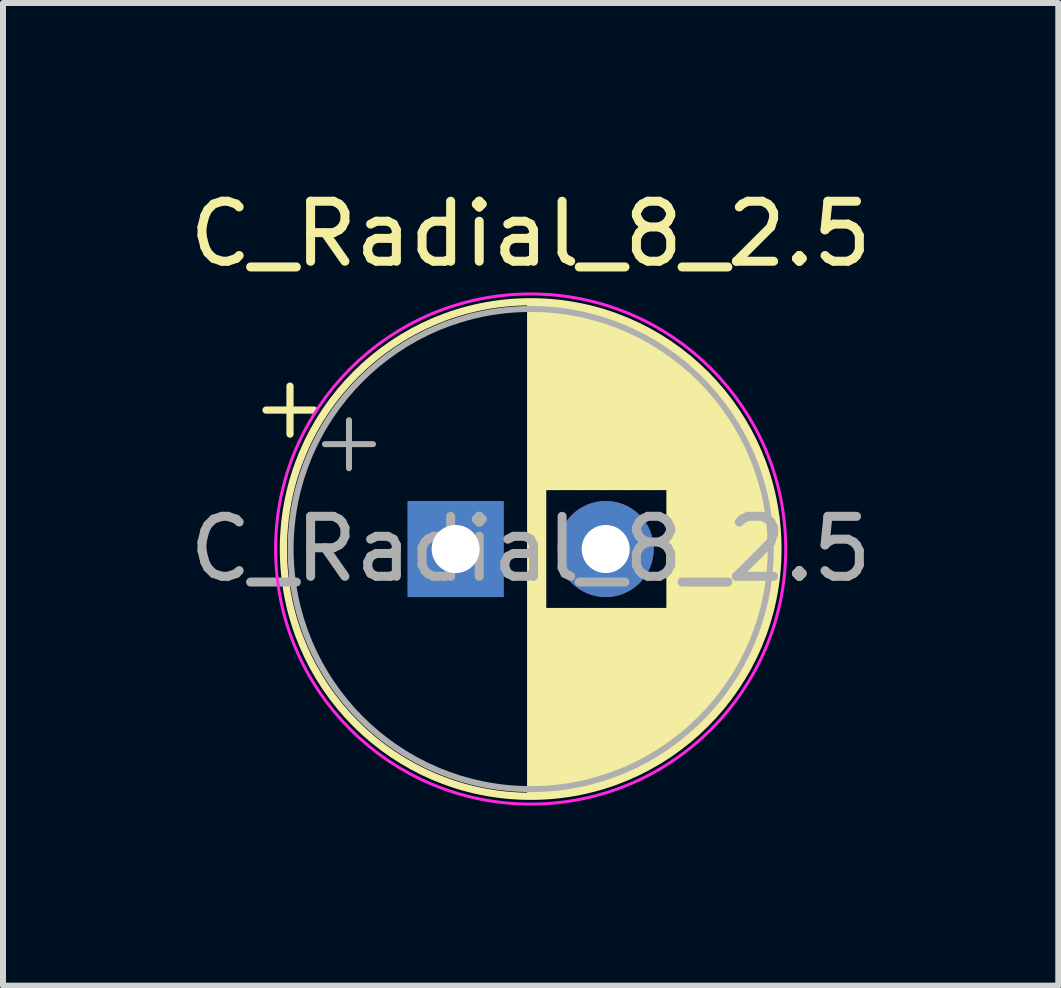
<source format=kicad_pcb>
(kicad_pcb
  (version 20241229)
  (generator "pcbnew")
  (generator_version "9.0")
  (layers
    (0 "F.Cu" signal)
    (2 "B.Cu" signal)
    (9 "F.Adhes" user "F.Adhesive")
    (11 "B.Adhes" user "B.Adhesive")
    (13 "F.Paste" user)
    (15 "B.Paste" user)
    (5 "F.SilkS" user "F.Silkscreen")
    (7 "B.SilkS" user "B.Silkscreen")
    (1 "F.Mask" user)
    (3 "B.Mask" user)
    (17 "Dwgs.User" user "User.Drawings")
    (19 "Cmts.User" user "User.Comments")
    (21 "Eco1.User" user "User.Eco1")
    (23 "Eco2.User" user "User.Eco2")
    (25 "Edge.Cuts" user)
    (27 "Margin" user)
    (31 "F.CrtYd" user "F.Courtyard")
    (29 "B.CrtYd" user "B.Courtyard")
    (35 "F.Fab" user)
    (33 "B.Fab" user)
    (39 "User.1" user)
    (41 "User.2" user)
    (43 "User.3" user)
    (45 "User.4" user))
  (footprint "C_Radial_8_2.5"
    (layer "F.Cu")
    (at 4.542 6.098)
    (property "Reference" "C_Radial_8_2.5" (at 1.25 -5.25 0) (layer "F.SilkS") (effects (font (size 1 1) (thickness 0.15))))
    (attr through_hole)
    (fp_line (start -3.16 -2.315) (end -2.36 -2.315) (stroke (width 0.12) (type solid)) (layer "F.SilkS"))
    (fp_line (start -2.76 -2.715) (end -2.76 -1.915) (stroke (width 0.12) (type solid)) (layer "F.SilkS"))
    (fp_line (start 1.25 -4.08) (end 1.25 4.08) (stroke (width 0.12) (type solid)) (layer "F.SilkS"))
    (fp_line (start 1.29 -4.08) (end 1.29 4.08) (stroke (width 0.12) (type solid)) (layer "F.SilkS"))
    (fp_line (start 1.33 -4.08) (end 1.33 4.08) (stroke (width 0.12) (type solid)) (layer "F.SilkS"))
    (fp_line (start 1.37 -4.079) (end 1.37 4.079) (stroke (width 0.12) (type solid)) (layer "F.SilkS"))
    (fp_line (start 1.41 -4.077) (end 1.41 4.077) (stroke (width 0.12) (type solid)) (layer "F.SilkS"))
    (fp_line (start 1.45 -4.076) (end 1.45 4.076) (stroke (width 0.12) (type solid)) (layer "F.SilkS"))
    (fp_line (start 1.49 -4.074) (end 1.49 -1.04) (stroke (width 0.12) (type solid)) (layer "F.SilkS"))
    (fp_line (start 1.49 1.04) (end 1.49 4.074) (stroke (width 0.12) (type solid)) (layer "F.SilkS"))
    (fp_line (start 1.53 -4.071) (end 1.53 -1.04) (stroke (width 0.12) (type solid)) (layer "F.SilkS"))
    (fp_line (start 1.53 1.04) (end 1.53 4.071) (stroke (width 0.12) (type solid)) (layer "F.SilkS"))
    (fp_line (start 1.57 -4.068) (end 1.57 -1.04) (stroke (width 0.12) (type solid)) (layer "F.SilkS"))
    (fp_line (start 1.57 1.04) (end 1.57 4.068) (stroke (width 0.12) (type solid)) (layer "F.SilkS"))
    (fp_line (start 1.61 -4.065) (end 1.61 -1.04) (stroke (width 0.12) (type solid)) (layer "F.SilkS"))
    (fp_line (start 1.61 1.04) (end 1.61 4.065) (stroke (width 0.12) (type solid)) (layer "F.SilkS"))
    (fp_line (start 1.65 -4.061) (end 1.65 -1.04) (stroke (width 0.12) (type solid)) (layer "F.SilkS"))
    (fp_line (start 1.65 1.04) (end 1.65 4.061) (stroke (width 0.12) (type solid)) (layer "F.SilkS"))
    (fp_line (start 1.69 -4.057) (end 1.69 -1.04) (stroke (width 0.12) (type solid)) (layer "F.SilkS"))
    (fp_line (start 1.69 1.04) (end 1.69 4.057) (stroke (width 0.12) (type solid)) (layer "F.SilkS"))
    (fp_line (start 1.73 -4.052) (end 1.73 -1.04) (stroke (width 0.12) (type solid)) (layer "F.SilkS"))
    (fp_line (start 1.73 1.04) (end 1.73 4.052) (stroke (width 0.12) (type solid)) (layer "F.SilkS"))
    (fp_line (start 1.77 -4.048) (end 1.77 -1.04) (stroke (width 0.12) (type solid)) (layer "F.SilkS"))
    (fp_line (start 1.77 1.04) (end 1.77 4.048) (stroke (width 0.12) (type solid)) (layer "F.SilkS"))
    (fp_line (start 1.81 -4.042) (end 1.81 -1.04) (stroke (width 0.12) (type solid)) (layer "F.SilkS"))
    (fp_line (start 1.81 1.04) (end 1.81 4.042) (stroke (width 0.12) (type solid)) (layer "F.SilkS"))
    (fp_line (start 1.85 -4.037) (end 1.85 -1.04) (stroke (width 0.12) (type solid)) (layer "F.SilkS"))
    (fp_line (start 1.85 1.04) (end 1.85 4.037) (stroke (width 0.12) (type solid)) (layer "F.SilkS"))
    (fp_line (start 1.89 -4.03) (end 1.89 -1.04) (stroke (width 0.12) (type solid)) (layer "F.SilkS"))
    (fp_line (start 1.89 1.04) (end 1.89 4.03) (stroke (width 0.12) (type solid)) (layer "F.SilkS"))
    (fp_line (start 1.93 -4.024) (end 1.93 -1.04) (stroke (width 0.12) (type solid)) (layer "F.SilkS"))
    (fp_line (start 1.93 1.04) (end 1.93 4.024) (stroke (width 0.12) (type solid)) (layer "F.SilkS"))
    (fp_line (start 1.971 -4.017) (end 1.971 -1.04) (stroke (width 0.12) (type solid)) (layer "F.SilkS"))
    (fp_line (start 1.971 1.04) (end 1.971 4.017) (stroke (width 0.12) (type solid)) (layer "F.SilkS"))
    (fp_line (start 2.011 -4.01) (end 2.011 -1.04) (stroke (width 0.12) (type solid)) (layer "F.SilkS"))
    (fp_line (start 2.011 1.04) (end 2.011 4.01) (stroke (width 0.12) (type solid)) (layer "F.SilkS"))
    (fp_line (start 2.051 -4.002) (end 2.051 -1.04) (stroke (width 0.12) (type solid)) (layer "F.SilkS"))
    (fp_line (start 2.051 1.04) (end 2.051 4.002) (stroke (width 0.12) (type solid)) (layer "F.SilkS"))
    (fp_line (start 2.091 -3.994) (end 2.091 -1.04) (stroke (width 0.12) (type solid)) (layer "F.SilkS"))
    (fp_line (start 2.091 1.04) (end 2.091 3.994) (stroke (width 0.12) (type solid)) (layer "F.SilkS"))
    (fp_line (start 2.131 -3.985) (end 2.131 -1.04) (stroke (width 0.12) (type solid)) (layer "F.SilkS"))
    (fp_line (start 2.131 1.04) (end 2.131 3.985) (stroke (width 0.12) (type solid)) (layer "F.SilkS"))
    (fp_line (start 2.171 -3.976) (end 2.171 -1.04) (stroke (width 0.12) (type solid)) (layer "F.SilkS"))
    (fp_line (start 2.171 1.04) (end 2.171 3.976) (stroke (width 0.12) (type solid)) (layer "F.SilkS"))
    (fp_line (start 2.211 -3.967) (end 2.211 -1.04) (stroke (width 0.12) (type solid)) (layer "F.SilkS"))
    (fp_line (start 2.211 1.04) (end 2.211 3.967) (stroke (width 0.12) (type solid)) (layer "F.SilkS"))
    (fp_line (start 2.251 -3.957) (end 2.251 -1.04) (stroke (width 0.12) (type solid)) (layer "F.SilkS"))
    (fp_line (start 2.251 1.04) (end 2.251 3.957) (stroke (width 0.12) (type solid)) (layer "F.SilkS"))
    (fp_line (start 2.291 -3.947) (end 2.291 -1.04) (stroke (width 0.12) (type solid)) (layer "F.SilkS"))
    (fp_line (start 2.291 1.04) (end 2.291 3.947) (stroke (width 0.12) (type solid)) (layer "F.SilkS"))
    (fp_line (start 2.331 -3.936) (end 2.331 -1.04) (stroke (width 0.12) (type solid)) (layer "F.SilkS"))
    (fp_line (start 2.331 1.04) (end 2.331 3.936) (stroke (width 0.12) (type solid)) (layer "F.SilkS"))
    (fp_line (start 2.371 -3.925) (end 2.371 -1.04) (stroke (width 0.12) (type solid)) (layer "F.SilkS"))
    (fp_line (start 2.371 1.04) (end 2.371 3.925) (stroke (width 0.12) (type solid)) (layer "F.SilkS"))
    (fp_line (start 2.411 -3.914) (end 2.411 -1.04) (stroke (width 0.12) (type solid)) (layer "F.SilkS"))
    (fp_line (start 2.411 1.04) (end 2.411 3.914) (stroke (width 0.12) (type solid)) (layer "F.SilkS"))
    (fp_line (start 2.451 -3.902) (end 2.451 -1.04) (stroke (width 0.12) (type solid)) (layer "F.SilkS"))
    (fp_line (start 2.451 1.04) (end 2.451 3.902) (stroke (width 0.12) (type solid)) (layer "F.SilkS"))
    (fp_line (start 2.491 -3.889) (end 2.491 -1.04) (stroke (width 0.12) (type solid)) (layer "F.SilkS"))
    (fp_line (start 2.491 1.04) (end 2.491 3.889) (stroke (width 0.12) (type solid)) (layer "F.SilkS"))
    (fp_line (start 2.531 -3.877) (end 2.531 -1.04) (stroke (width 0.12) (type solid)) (layer "F.SilkS"))
    (fp_line (start 2.531 1.04) (end 2.531 3.877) (stroke (width 0.12) (type solid)) (layer "F.SilkS"))
    (fp_line (start 2.571 -3.863) (end 2.571 -1.04) (stroke (width 0.12) (type solid)) (layer "F.SilkS"))
    (fp_line (start 2.571 1.04) (end 2.571 3.863) (stroke (width 0.12) (type solid)) (layer "F.SilkS"))
    (fp_line (start 2.611 -3.85) (end 2.611 -1.04) (stroke (width 0.12) (type solid)) (layer "F.SilkS"))
    (fp_line (start 2.611 1.04) (end 2.611 3.85) (stroke (width 0.12) (type solid)) (layer "F.SilkS"))
    (fp_line (start 2.651 -3.835) (end 2.651 -1.04) (stroke (width 0.12) (type solid)) (layer "F.SilkS"))
    (fp_line (start 2.651 1.04) (end 2.651 3.835) (stroke (width 0.12) (type solid)) (layer "F.SilkS"))
    (fp_line (start 2.691 -3.821) (end 2.691 -1.04) (stroke (width 0.12) (type solid)) (layer "F.SilkS"))
    (fp_line (start 2.691 1.04) (end 2.691 3.821) (stroke (width 0.12) (type solid)) (layer "F.SilkS"))
    (fp_line (start 2.731 -3.805) (end 2.731 -1.04) (stroke (width 0.12) (type solid)) (layer "F.SilkS"))
    (fp_line (start 2.731 1.04) (end 2.731 3.805) (stroke (width 0.12) (type solid)) (layer "F.SilkS"))
    (fp_line (start 2.771 -3.79) (end 2.771 -1.04) (stroke (width 0.12) (type solid)) (layer "F.SilkS"))
    (fp_line (start 2.771 1.04) (end 2.771 3.79) (stroke (width 0.12) (type solid)) (layer "F.SilkS"))
    (fp_line (start 2.811 -3.774) (end 2.811 -1.04) (stroke (width 0.12) (type solid)) (layer "F.SilkS"))
    (fp_line (start 2.811 1.04) (end 2.811 3.774) (stroke (width 0.12) (type solid)) (layer "F.SilkS"))
    (fp_line (start 2.851 -3.757) (end 2.851 -1.04) (stroke (width 0.12) (type solid)) (layer "F.SilkS"))
    (fp_line (start 2.851 1.04) (end 2.851 3.757) (stroke (width 0.12) (type solid)) (layer "F.SilkS"))
    (fp_line (start 2.891 -3.74) (end 2.891 -1.04) (stroke (width 0.12) (type solid)) (layer "F.SilkS"))
    (fp_line (start 2.891 1.04) (end 2.891 3.74) (stroke (width 0.12) (type solid)) (layer "F.SilkS"))
    (fp_line (start 2.931 -3.722) (end 2.931 -1.04) (stroke (width 0.12) (type solid)) (layer "F.SilkS"))
    (fp_line (start 2.931 1.04) (end 2.931 3.722) (stroke (width 0.12) (type solid)) (layer "F.SilkS"))
    (fp_line (start 2.971 -3.704) (end 2.971 -1.04) (stroke (width 0.12) (type solid)) (layer "F.SilkS"))
    (fp_line (start 2.971 1.04) (end 2.971 3.704) (stroke (width 0.12) (type solid)) (layer "F.SilkS"))
    (fp_line (start 3.011 -3.686) (end 3.011 -1.04) (stroke (width 0.12) (type solid)) (layer "F.SilkS"))
    (fp_line (start 3.011 1.04) (end 3.011 3.686) (stroke (width 0.12) (type solid)) (layer "F.SilkS"))
    (fp_line (start 3.051 -3.666) (end 3.051 -1.04) (stroke (width 0.12) (type solid)) (layer "F.SilkS"))
    (fp_line (start 3.051 1.04) (end 3.051 3.666) (stroke (width 0.12) (type solid)) (layer "F.SilkS"))
    (fp_line (start 3.091 -3.647) (end 3.091 -1.04) (stroke (width 0.12) (type solid)) (layer "F.SilkS"))
    (fp_line (start 3.091 1.04) (end 3.091 3.647) (stroke (width 0.12) (type solid)) (layer "F.SilkS"))
    (fp_line (start 3.131 -3.627) (end 3.131 -1.04) (stroke (width 0.12) (type solid)) (layer "F.SilkS"))
    (fp_line (start 3.131 1.04) (end 3.131 3.627) (stroke (width 0.12) (type solid)) (layer "F.SilkS"))
    (fp_line (start 3.171 -3.606) (end 3.171 -1.04) (stroke (width 0.12) (type solid)) (layer "F.SilkS"))
    (fp_line (start 3.171 1.04) (end 3.171 3.606) (stroke (width 0.12) (type solid)) (layer "F.SilkS"))
    (fp_line (start 3.211 -3.584) (end 3.211 -1.04) (stroke (width 0.12) (type solid)) (layer "F.SilkS"))
    (fp_line (start 3.211 1.04) (end 3.211 3.584) (stroke (width 0.12) (type solid)) (layer "F.SilkS"))
    (fp_line (start 3.251 -3.562) (end 3.251 -1.04) (stroke (width 0.12) (type solid)) (layer "F.SilkS"))
    (fp_line (start 3.251 1.04) (end 3.251 3.562) (stroke (width 0.12) (type solid)) (layer "F.SilkS"))
    (fp_line (start 3.291 -3.54) (end 3.291 -1.04) (stroke (width 0.12) (type solid)) (layer "F.SilkS"))
    (fp_line (start 3.291 1.04) (end 3.291 3.54) (stroke (width 0.12) (type solid)) (layer "F.SilkS"))
    (fp_line (start 3.331 -3.517) (end 3.331 -1.04) (stroke (width 0.12) (type solid)) (layer "F.SilkS"))
    (fp_line (start 3.331 1.04) (end 3.331 3.517) (stroke (width 0.12) (type solid)) (layer "F.SilkS"))
    (fp_line (start 3.371 -3.493) (end 3.371 -1.04) (stroke (width 0.12) (type solid)) (layer "F.SilkS"))
    (fp_line (start 3.371 1.04) (end 3.371 3.493) (stroke (width 0.12) (type solid)) (layer "F.SilkS"))
    (fp_line (start 3.411 -3.469) (end 3.411 -1.04) (stroke (width 0.12) (type solid)) (layer "F.SilkS"))
    (fp_line (start 3.411 1.04) (end 3.411 3.469) (stroke (width 0.12) (type solid)) (layer "F.SilkS"))
    (fp_line (start 3.451 -3.444) (end 3.451 -1.04) (stroke (width 0.12) (type solid)) (layer "F.SilkS"))
    (fp_line (start 3.451 1.04) (end 3.451 3.444) (stroke (width 0.12) (type solid)) (layer "F.SilkS"))
    (fp_line (start 3.491 -3.418) (end 3.491 -1.04) (stroke (width 0.12) (type solid)) (layer "F.SilkS"))
    (fp_line (start 3.491 1.04) (end 3.491 3.418) (stroke (width 0.12) (type solid)) (layer "F.SilkS"))
    (fp_line (start 3.531 -3.392) (end 3.531 -1.04) (stroke (width 0.12) (type solid)) (layer "F.SilkS"))
    (fp_line (start 3.531 1.04) (end 3.531 3.392) (stroke (width 0.12) (type solid)) (layer "F.SilkS"))
    (fp_line (start 3.571 -3.365) (end 3.571 3.365) (stroke (width 0.12) (type solid)) (layer "F.SilkS"))
    (fp_line (start 3.611 -3.338) (end 3.611 3.338) (stroke (width 0.12) (type solid)) (layer "F.SilkS"))
    (fp_line (start 3.651 -3.309) (end 3.651 3.309) (stroke (width 0.12) (type solid)) (layer "F.SilkS"))
    (fp_line (start 3.691 -3.28) (end 3.691 3.28) (stroke (width 0.12) (type solid)) (layer "F.SilkS"))
    (fp_line (start 3.731 -3.25) (end 3.731 3.25) (stroke (width 0.12) (type solid)) (layer "F.SilkS"))
    (fp_line (start 3.771 -3.22) (end 3.771 3.22) (stroke (width 0.12) (type solid)) (layer "F.SilkS"))
    (fp_line (start 3.811 -3.189) (end 3.811 3.189) (stroke (width 0.12) (type solid)) (layer "F.SilkS"))
    (fp_line (start 3.851 -3.156) (end 3.851 3.156) (stroke (width 0.12) (type solid)) (layer "F.SilkS"))
    (fp_line (start 3.891 -3.124) (end 3.891 3.124) (stroke (width 0.12) (type solid)) (layer "F.SilkS"))
    (fp_line (start 3.931 -3.09) (end 3.931 3.09) (stroke (width 0.12) (type solid)) (layer "F.SilkS"))
    (fp_line (start 3.971 -3.055) (end 3.971 3.055) (stroke (width 0.12) (type solid)) (layer "F.SilkS"))
    (fp_line (start 4.011 -3.019) (end 4.011 3.019) (stroke (width 0.12) (type solid)) (layer "F.SilkS"))
    (fp_line (start 4.051 -2.983) (end 4.051 2.983) (stroke (width 0.12) (type solid)) (layer "F.SilkS"))
    (fp_line (start 4.091 -2.945) (end 4.091 2.945) (stroke (width 0.12) (type solid)) (layer "F.SilkS"))
    (fp_line (start 4.131 -2.907) (end 4.131 2.907) (stroke (width 0.12) (type solid)) (layer "F.SilkS"))
    (fp_line (start 4.171 -2.867) (end 4.171 2.867) (stroke (width 0.12) (type solid)) (layer "F.SilkS"))
    (fp_line (start 4.211 -2.826) (end 4.211 2.826) (stroke (width 0.12) (type solid)) (layer "F.SilkS"))
    (fp_line (start 4.251 -2.784) (end 4.251 2.784) (stroke (width 0.12) (type solid)) (layer "F.SilkS"))
    (fp_line (start 4.291 -2.741) (end 4.291 2.741) (stroke (width 0.12) (type solid)) (layer "F.SilkS"))
    (fp_line (start 4.331 -2.697) (end 4.331 2.697) (stroke (width 0.12) (type solid)) (layer "F.SilkS"))
    (fp_line (start 4.371 -2.651) (end 4.371 2.651) (stroke (width 0.12) (type solid)) (layer "F.SilkS"))
    (fp_line (start 4.411 -2.604) (end 4.411 2.604) (stroke (width 0.12) (type solid)) (layer "F.SilkS"))
    (fp_line (start 4.451 -2.556) (end 4.451 2.556) (stroke (width 0.12) (type solid)) (layer "F.SilkS"))
    (fp_line (start 4.491 -2.505) (end 4.491 2.505) (stroke (width 0.12) (type solid)) (layer "F.SilkS"))
    (fp_line (start 4.531 -2.454) (end 4.531 2.454) (stroke (width 0.12) (type solid)) (layer "F.SilkS"))
    (fp_line (start 4.571 -2.4) (end 4.571 2.4) (stroke (width 0.12) (type solid)) (layer "F.SilkS"))
    (fp_line (start 4.611 -2.345) (end 4.611 2.345) (stroke (width 0.12) (type solid)) (layer "F.SilkS"))
    (fp_line (start 4.651 -2.287) (end 4.651 2.287) (stroke (width 0.12) (type solid)) (layer "F.SilkS"))
    (fp_line (start 4.691 -2.228) (end 4.691 2.228) (stroke (width 0.12) (type solid)) (layer "F.SilkS"))
    (fp_line (start 4.731 -2.166) (end 4.731 2.166) (stroke (width 0.12) (type solid)) (layer "F.SilkS"))
    (fp_line (start 4.771 -2.102) (end 4.771 2.102) (stroke (width 0.12) (type solid)) (layer "F.SilkS"))
    (fp_line (start 4.811 -2.034) (end 4.811 2.034) (stroke (width 0.12) (type solid)) (layer "F.SilkS"))
    (fp_line (start 4.851 -1.964) (end 4.851 1.964) (stroke (width 0.12) (type solid)) (layer "F.SilkS"))
    (fp_line (start 4.891 -1.89) (end 4.891 1.89) (stroke (width 0.12) (type solid)) (layer "F.SilkS"))
    (fp_line (start 4.931 -1.813) (end 4.931 1.813) (stroke (width 0.12) (type solid)) (layer "F.SilkS"))
    (fp_line (start 4.971 -1.731) (end 4.971 1.731) (stroke (width 0.12) (type solid)) (layer "F.SilkS"))
    (fp_line (start 5.011 -1.645) (end 5.011 1.645) (stroke (width 0.12) (type solid)) (layer "F.SilkS"))
    (fp_line (start 5.051 -1.552) (end 5.051 1.552) (stroke (width 0.12) (type solid)) (layer "F.SilkS"))
    (fp_line (start 5.091 -1.453) (end 5.091 1.453) (stroke (width 0.12) (type solid)) (layer "F.SilkS"))
    (fp_line (start 5.131 -1.346) (end 5.131 1.346) (stroke (width 0.12) (type solid)) (layer "F.SilkS"))
    (fp_line (start 5.171 -1.229) (end 5.171 1.229) (stroke (width 0.12) (type solid)) (layer "F.SilkS"))
    (fp_line (start 5.211 -1.098) (end 5.211 1.098) (stroke (width 0.12) (type solid)) (layer "F.SilkS"))
    (fp_line (start 5.251 -0.948) (end 5.251 0.948) (stroke (width 0.12) (type solid)) (layer "F.SilkS"))
    (fp_line (start 5.291 -0.768) (end 5.291 0.768) (stroke (width 0.12) (type solid)) (layer "F.SilkS"))
    (fp_line (start 5.331 -0.533) (end 5.331 0.533) (stroke (width 0.12) (type solid)) (layer "F.SilkS"))
    (fp_circle (center 1.25 0) (end 5.37 0) (stroke (width 0.12) (type solid)) (fill no) (layer "F.SilkS"))
    (fp_circle (center 1.25 0) (end 5.5 0) (stroke (width 0.05) (type solid)) (fill no) (layer "F.CrtYd"))
    (fp_line (start -2.177 -1.748) (end -1.377 -1.748) (stroke (width 0.1) (type solid)) (layer "F.Fab"))
    (fp_line (start -1.777 -2.147) (end -1.777 -1.347) (stroke (width 0.1) (type solid)) (layer "F.Fab"))
    (fp_circle (center 1.25 0) (end 5.25 0) (stroke (width 0.1) (type solid)) (fill no) (layer "F.Fab"))
    (fp_text user "${REFERENCE}" (at 1.25 0 0) (layer "F.Fab") (effects (font (size 1 1) (thickness 0.15))))
    (pad "1" thru_hole rect (at 0 0) (size 1.6 1.6) (drill 0.8) (layers "*.Cu" "*.Mask"))
    (pad "2" thru_hole circle (at 2.5 0) (size 1.6 1.6) (drill 0.8) (layers "*.Cu" "*.Mask")))
  (gr_rect
    (start -3 -3)
    (end 14.583 13.373)
    (stroke (width 0.1) (type default))
    (fill no)
    (layer "Edge.Cuts")))
</source>
